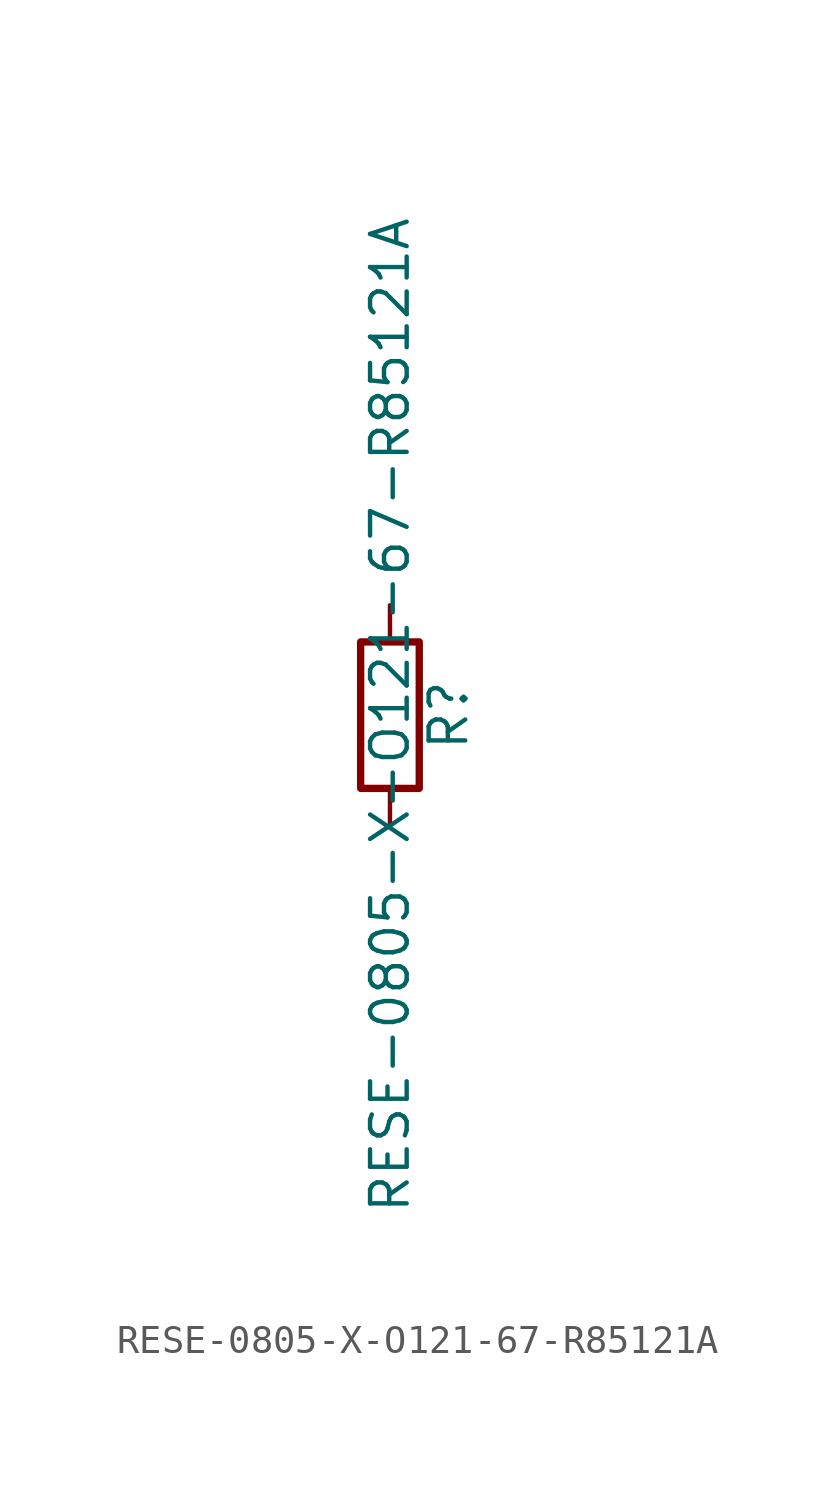
<source format=kicad_sym>
(kicad_symbol_lib
  (version 20211014)
  (generator kicad_symbol_editor)
  (symbol "RESE-0805-X-O121-67-R85121A"
    (pin_numbers hide)
    (pin_names
      (offset 0))
    (property "Reference" "R"
      (at 2.032 0 90)
      (effects (font (size 1.27 1.27))))
    (property "Value" "RESE-0805-X-O121-67-R85121A"
      (at 0 0 90)
      (effects (font (size 1.27 1.27))))
    (symbol "RESE-0805-X-O121-67-R85121A_0_1"
      (rectangle (start -1.016 -2.54) (end 1.016 2.54) (stroke (width 0.254) (type default) (color 0 0 0 0)) (fill (type none))))
    (symbol "RESE-0805-X-O121-67-R85121A_1_1"
      (pin passive line (at 0 3.81 270) (length 1.27) (name "~" (effects (font (size 1.27 1.27)))) (number "1" (effects (font (size 1.27 1.27)))))
      (pin passive line (at 0 -3.81 90) (length 1.27) (name "~" (effects (font (size 1.27 1.27)))) (number "2" (effects (font (size 1.27 1.27))))))))
</source>
